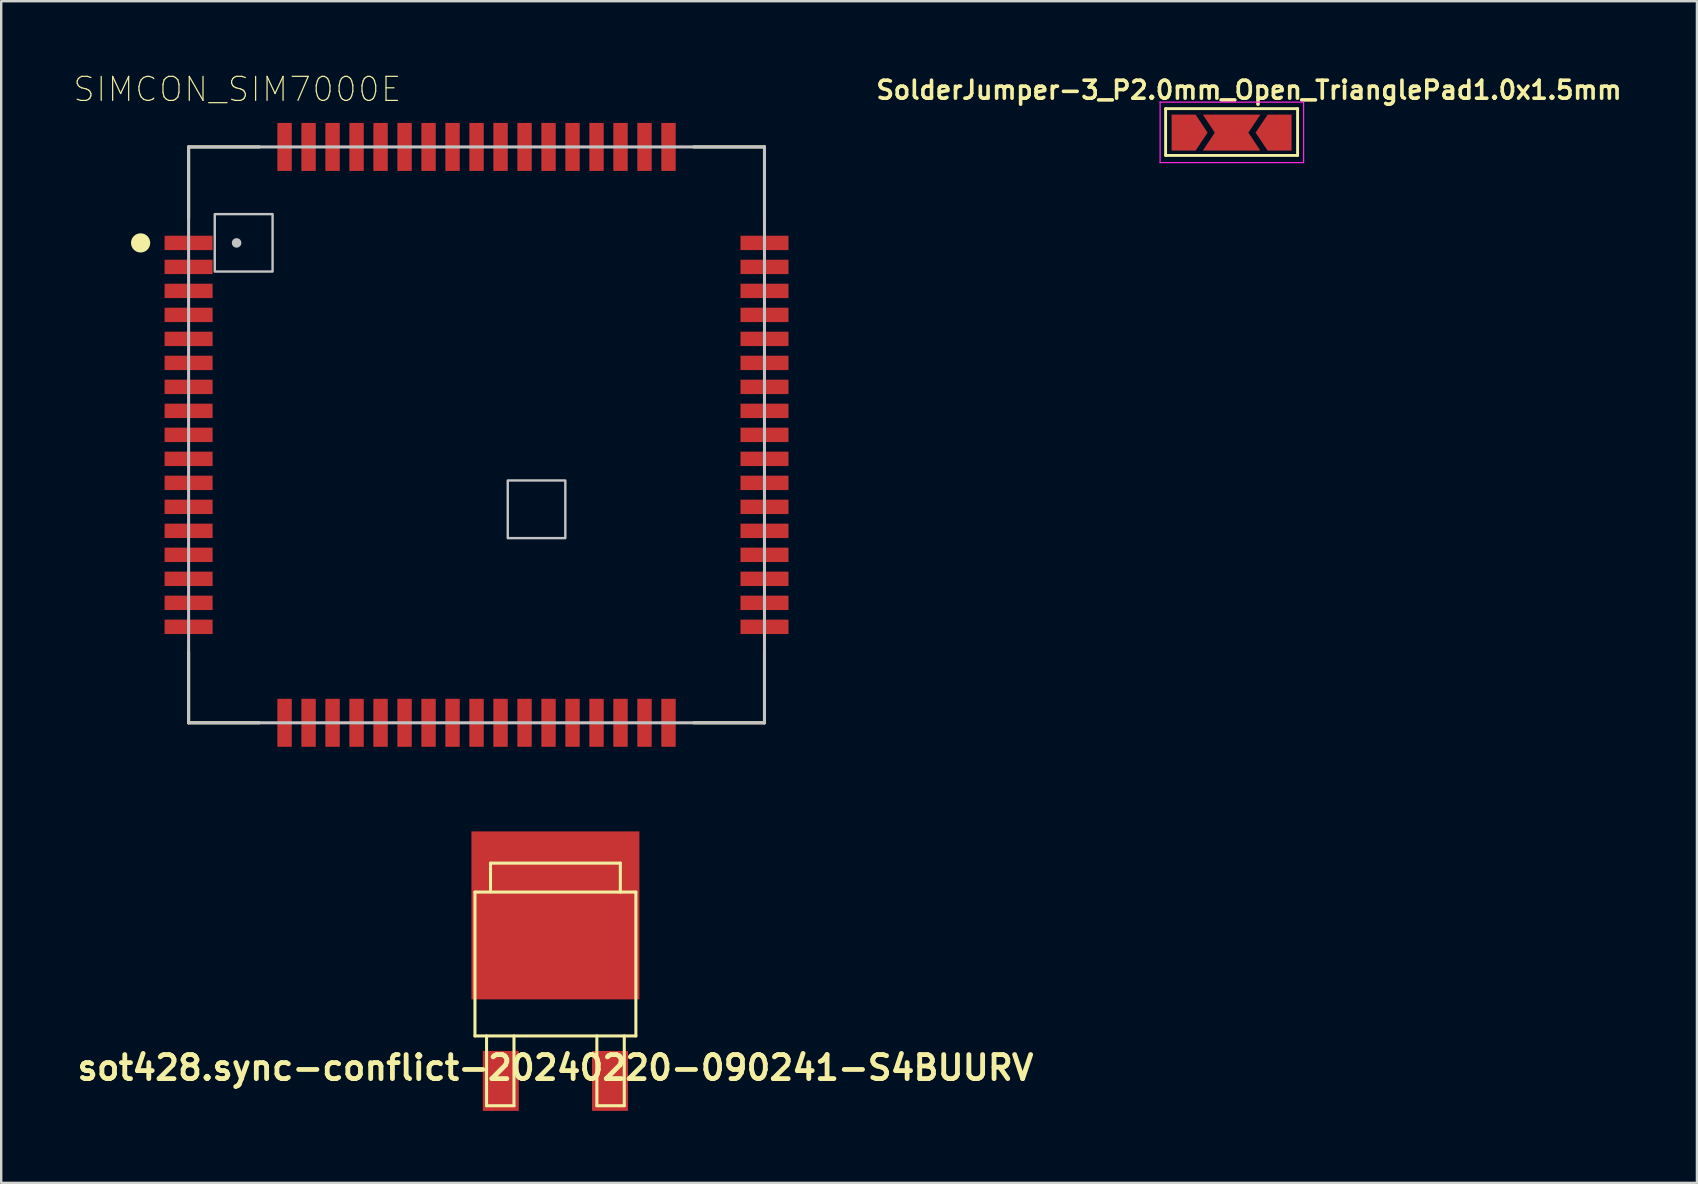
<source format=kicad_pcb>
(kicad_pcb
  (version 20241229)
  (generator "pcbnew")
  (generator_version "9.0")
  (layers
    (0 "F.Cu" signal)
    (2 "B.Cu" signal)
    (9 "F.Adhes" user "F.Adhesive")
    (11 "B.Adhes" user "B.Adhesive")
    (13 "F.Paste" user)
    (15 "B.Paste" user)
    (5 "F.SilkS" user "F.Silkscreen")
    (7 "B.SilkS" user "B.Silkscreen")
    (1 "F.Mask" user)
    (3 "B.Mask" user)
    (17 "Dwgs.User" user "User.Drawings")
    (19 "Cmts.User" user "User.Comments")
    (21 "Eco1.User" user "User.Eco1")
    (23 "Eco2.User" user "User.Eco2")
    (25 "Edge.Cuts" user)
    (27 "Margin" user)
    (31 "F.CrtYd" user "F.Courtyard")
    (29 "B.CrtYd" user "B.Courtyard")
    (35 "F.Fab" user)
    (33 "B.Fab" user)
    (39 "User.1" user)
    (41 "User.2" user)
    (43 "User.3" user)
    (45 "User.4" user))
  (footprint "SolderJumper-3_P2.0mm_Open_TrianglePad1.0x1.5mm"
    (layer "F.Cu")
    (at 48.277 2.477)
    (property "Reference" "SolderJumper-3_P2.0mm_Open_TrianglePad1.0x1.5mm" (at 0.725 -1.775 0) (layer "F.SilkS") (effects (font (size 0.75 0.75) (thickness 0.15))))
    (attr exclude_from_pos_files exclude_from_bom)
    (fp_line (start -2.75 -1) (end 2.75 -1) (stroke (width 0.12) (type solid)) (layer "F.SilkS"))
    (fp_line (start -2.75 0.95) (end -2.75 -1) (stroke (width 0.12) (type solid)) (layer "F.SilkS"))
    (fp_line (start 2.75 -1) (end 2.75 0.95) (stroke (width 0.12) (type solid)) (layer "F.SilkS"))
    (fp_line (start 2.75 0.95) (end -2.75 0.95) (stroke (width 0.12) (type solid)) (layer "F.SilkS"))
    (fp_line (start -2.98 -1.27) (end -2.98 1.25) (stroke (width 0.05) (type solid)) (layer "F.CrtYd"))
    (fp_line (start -2.98 -1.27) (end 3 -1.27) (stroke (width 0.05) (type solid)) (layer "F.CrtYd"))
    (fp_line (start 3 1.25) (end -2.98 1.25) (stroke (width 0.05) (type solid)) (layer "F.CrtYd"))
    (fp_line (start 3 1.25) (end 3 -1.27) (stroke (width 0.05) (type solid)) (layer "F.CrtYd"))
    (pad "" smd rect (at -1.2 0) (size 1.5 1.5) (layers "F.Mask"))
    (pad "" smd rect (at 1.2 0) (size 1.5 1.5) (layers "F.Mask"))
    (pad "1" smd custom (at -2 0) (size 0.3 0.3) (layers "F.Cu" "F.Mask") (options (anchor rect)) (primitives (gr_poly (pts (xy 1 0) (xy 0.5 0.75) (xy -0.5 0.75) (xy -0.5 -0.75) (xy 0.5 -0.75)) (width 0) (fill yes))))
    (pad "2" smd custom (at 0 0) (size 0.3 0.3) (layers "F.Cu") (options (anchor rect)) (primitives (gr_poly (pts (xy 0.7 0) (xy 1.2 0.75) (xy -1.2 0.75) (xy -0.7 0) (xy -1.2 -0.75) (xy 1.2 -0.75)) (width 0) (fill yes))))
    (pad "3" smd custom (at 2 0 180) (size 0.3 0.3) (layers "F.Cu" "F.Mask") (options (anchor rect)) (primitives (gr_poly (pts (xy 1 0) (xy 0.5 0.75) (xy -0.5 0.75) (xy -0.5 -0.75) (xy 0.5 -0.75)) (width 0) (fill yes)))))
  (footprint "SIMCON_SIM7000E"
    (layer "F.Cu")
    (at 16.81 15.073)
    (property "Reference" "SIMCON_SIM7000E" (at -9.97 -14.4 0) (layer "F.SilkS") (effects (font (size 1.001 1.001) (thickness 0.05))))
    (attr smd)
    (fp_line (start -12 -12) (end -9.05 -12) (stroke (width 0.127) (type solid)) (layer "F.SilkS"))
    (fp_line (start -12 -9.05) (end -12 -12) (stroke (width 0.127) (type solid)) (layer "F.SilkS"))
    (fp_line (start -12 9.05) (end -12 12) (stroke (width 0.127) (type solid)) (layer "F.SilkS"))
    (fp_line (start -12 12) (end -9.05 12) (stroke (width 0.127) (type solid)) (layer "F.SilkS"))
    (fp_line (start 9.05 -12) (end 12 -12) (stroke (width 0.127) (type solid)) (layer "F.SilkS"))
    (fp_line (start 12 -12) (end 12 -9.05) (stroke (width 0.127) (type solid)) (layer "F.SilkS"))
    (fp_line (start 12 9.05) (end 12 12) (stroke (width 0.127) (type solid)) (layer "F.SilkS"))
    (fp_line (start 12 12) (end 9.05 12) (stroke (width 0.127) (type solid)) (layer "F.SilkS"))
    (fp_circle (center -14 -8) (end -13.8 -8) (stroke (width 0.4) (type solid)) (fill no) (layer "F.SilkS"))
    (fp_line (start -12 -12) (end 12 -12) (stroke (width 0.127) (type solid)) (layer "Dwgs.User"))
    (fp_line (start -12 12) (end -12 -12) (stroke (width 0.127) (type solid)) (layer "Dwgs.User"))
    (fp_line (start 12 -12) (end 12 12) (stroke (width 0.127) (type solid)) (layer "Dwgs.User"))
    (fp_line (start 12 12) (end -12 12) (stroke (width 0.127) (type solid)) (layer "Dwgs.User"))
    (fp_circle (center -10 -8) (end -9.9 -8) (stroke (width 0.2) (type solid)) (fill no) (layer "Dwgs.User"))
    (fp_poly (pts (xy -10.91 -9.2) (xy -8.5 -9.2) (xy -8.5 -6.806) (xy -10.91 -6.806)) (stroke (width 0.1) (type solid)) (fill no) (layer "Dwgs.User"))
    (fp_poly (pts (xy 1.301 1.9) (xy 3.7 1.9) (xy 3.7 4.305) (xy 1.301 4.305)) (stroke (width 0.1) (type solid)) (fill no) (layer "Dwgs.User"))
    (fp_line (start -13.5 -9.5) (end -12.5 -9.5) (stroke (width 0.05) (type solid)) (layer "Eco1.User"))
    (fp_line (start -13.5 9.5) (end -13.5 -9.5) (stroke (width 0.05) (type solid)) (layer "Eco1.User"))
    (fp_line (start -12.5 -12.5) (end -9.5 -12.5) (stroke (width 0.05) (type solid)) (layer "Eco1.User"))
    (fp_line (start -12.5 -9.5) (end -12.5 -12.5) (stroke (width 0.05) (type solid)) (layer "Eco1.User"))
    (fp_line (start -12.5 9.5) (end -13.5 9.5) (stroke (width 0.05) (type solid)) (layer "Eco1.User"))
    (fp_line (start -12.5 12.5) (end -12.5 9.5) (stroke (width 0.05) (type solid)) (layer "Eco1.User"))
    (fp_line (start -9.5 -13.5) (end 9.5 -13.5) (stroke (width 0.05) (type solid)) (layer "Eco1.User"))
    (fp_line (start -9.5 -12.5) (end -9.5 -13.5) (stroke (width 0.05) (type solid)) (layer "Eco1.User"))
    (fp_line (start -9.5 12.5) (end -12.5 12.5) (stroke (width 0.05) (type solid)) (layer "Eco1.User"))
    (fp_line (start -9.5 13.5) (end -9.5 12.5) (stroke (width 0.05) (type solid)) (layer "Eco1.User"))
    (fp_line (start 9.5 -13.5) (end 9.5 -12.5) (stroke (width 0.05) (type solid)) (layer "Eco1.User"))
    (fp_line (start 9.5 -12.5) (end 12.5 -12.5) (stroke (width 0.05) (type solid)) (layer "Eco1.User"))
    (fp_line (start 9.5 12.5) (end 9.5 13.5) (stroke (width 0.05) (type solid)) (layer "Eco1.User"))
    (fp_line (start 9.5 13.5) (end -9.5 13.5) (stroke (width 0.05) (type solid)) (layer "Eco1.User"))
    (fp_line (start 12.5 -12.5) (end 12.5 -9.5) (stroke (width 0.05) (type solid)) (layer "Eco1.User"))
    (fp_line (start 12.5 -9.5) (end 13.5 -9.5) (stroke (width 0.05) (type solid)) (layer "Eco1.User"))
    (fp_line (start 12.5 9.5) (end 12.5 12.5) (stroke (width 0.05) (type solid)) (layer "Eco1.User"))
    (fp_line (start 12.5 12.5) (end 9.5 12.5) (stroke (width 0.05) (type solid)) (layer "Eco1.User"))
    (fp_line (start 13.5 -9.5) (end 13.5 9.5) (stroke (width 0.05) (type solid)) (layer "Eco1.User"))
    (fp_line (start 13.5 9.5) (end 12.5 9.5) (stroke (width 0.05) (type solid)) (layer "Eco1.User"))
    (pad "1" smd rect (at -12 -8) (size 2 0.6) (layers "F.Cu" "F.Mask" "F.Paste"))
    (pad "2" smd rect (at -12 -7) (size 2 0.6) (layers "F.Cu" "F.Mask" "F.Paste"))
    (pad "3" smd rect (at -12 -6) (size 2 0.6) (layers "F.Cu" "F.Mask" "F.Paste"))
    (pad "4" smd rect (at -12 -5) (size 2 0.6) (layers "F.Cu" "F.Mask" "F.Paste"))
    (pad "5" smd rect (at -12 -4) (size 2 0.6) (layers "F.Cu" "F.Mask" "F.Paste"))
    (pad "6" smd rect (at -12 -3) (size 2 0.6) (layers "F.Cu" "F.Mask" "F.Paste"))
    (pad "7" smd rect (at -12 -2) (size 2 0.6) (layers "F.Cu" "F.Mask" "F.Paste"))
    (pad "8" smd rect (at -12 -1) (size 2 0.6) (layers "F.Cu" "F.Mask" "F.Paste"))
    (pad "9" smd rect (at -12 0) (size 2 0.6) (layers "F.Cu" "F.Mask" "F.Paste"))
    (pad "10" smd rect (at -12 1) (size 2 0.6) (layers "F.Cu" "F.Mask" "F.Paste"))
    (pad "11" smd rect (at -12 2) (size 2 0.6) (layers "F.Cu" "F.Mask" "F.Paste"))
    (pad "12" smd rect (at -12 3) (size 2 0.6) (layers "F.Cu" "F.Mask" "F.Paste"))
    (pad "13" smd rect (at -12 4) (size 2 0.6) (layers "F.Cu" "F.Mask" "F.Paste"))
    (pad "14" smd rect (at -12 5) (size 2 0.6) (layers "F.Cu" "F.Mask" "F.Paste"))
    (pad "15" smd rect (at -12 6) (size 2 0.6) (layers "F.Cu" "F.Mask" "F.Paste"))
    (pad "16" smd rect (at -12 7) (size 2 0.6) (layers "F.Cu" "F.Mask" "F.Paste"))
    (pad "17" smd rect (at -12 8) (size 2 0.6) (layers "F.Cu" "F.Mask" "F.Paste"))
    (pad "18" smd rect (at -8 12 270) (size 2 0.6) (layers "F.Cu" "F.Mask" "F.Paste"))
    (pad "19" smd rect (at -7 12 270) (size 2 0.6) (layers "F.Cu" "F.Mask" "F.Paste"))
    (pad "20" smd rect (at -6 12 270) (size 2 0.6) (layers "F.Cu" "F.Mask" "F.Paste"))
    (pad "21" smd rect (at -5 12 270) (size 2 0.6) (layers "F.Cu" "F.Mask" "F.Paste"))
    (pad "22" smd rect (at -4 12 270) (size 2 0.6) (layers "F.Cu" "F.Mask" "F.Paste"))
    (pad "23" smd rect (at -3 12 270) (size 2 0.6) (layers "F.Cu" "F.Mask" "F.Paste"))
    (pad "24" smd rect (at -2 12 270) (size 2 0.6) (layers "F.Cu" "F.Mask" "F.Paste"))
    (pad "25" smd rect (at -1 12 270) (size 2 0.6) (layers "F.Cu" "F.Mask" "F.Paste"))
    (pad "26" smd rect (at 0 12 270) (size 2 0.6) (layers "F.Cu" "F.Mask" "F.Paste"))
    (pad "27" smd rect (at 1 12 270) (size 2 0.6) (layers "F.Cu" "F.Mask" "F.Paste"))
    (pad "28" smd rect (at 2 12 270) (size 2 0.6) (layers "F.Cu" "F.Mask" "F.Paste"))
    (pad "29" smd rect (at 3 12 270) (size 2 0.6) (layers "F.Cu" "F.Mask" "F.Paste"))
    (pad "30" smd rect (at 4 12 270) (size 2 0.6) (layers "F.Cu" "F.Mask" "F.Paste"))
    (pad "31" smd rect (at 5 12 270) (size 2 0.6) (layers "F.Cu" "F.Mask" "F.Paste"))
    (pad "32" smd rect (at 6 12 270) (size 2 0.6) (layers "F.Cu" "F.Mask" "F.Paste"))
    (pad "33" smd rect (at 7 12 270) (size 2 0.6) (layers "F.Cu" "F.Mask" "F.Paste"))
    (pad "34" smd rect (at 8 12 270) (size 2 0.6) (layers "F.Cu" "F.Mask" "F.Paste"))
    (pad "35" smd rect (at 12 8) (size 2 0.6) (layers "F.Cu" "F.Mask" "F.Paste"))
    (pad "36" smd rect (at 12 7) (size 2 0.6) (layers "F.Cu" "F.Mask" "F.Paste"))
    (pad "37" smd rect (at 12 6) (size 2 0.6) (layers "F.Cu" "F.Mask" "F.Paste"))
    (pad "38" smd rect (at 12 5) (size 2 0.6) (layers "F.Cu" "F.Mask" "F.Paste"))
    (pad "39" smd rect (at 12 4) (size 2 0.6) (layers "F.Cu" "F.Mask" "F.Paste"))
    (pad "40" smd rect (at 12 3) (size 2 0.6) (layers "F.Cu" "F.Mask" "F.Paste"))
    (pad "41" smd rect (at 12 2) (size 2 0.6) (layers "F.Cu" "F.Mask" "F.Paste"))
    (pad "42" smd rect (at 12 1) (size 2 0.6) (layers "F.Cu" "F.Mask" "F.Paste"))
    (pad "43" smd rect (at 12 0) (size 2 0.6) (layers "F.Cu" "F.Mask" "F.Paste"))
    (pad "44" smd rect (at 12 -1) (size 2 0.6) (layers "F.Cu" "F.Mask" "F.Paste"))
    (pad "45" smd rect (at 12 -2) (size 2 0.6) (layers "F.Cu" "F.Mask" "F.Paste"))
    (pad "46" smd rect (at 12 -3) (size 2 0.6) (layers "F.Cu" "F.Mask" "F.Paste"))
    (pad "47" smd rect (at 12 -4) (size 2 0.6) (layers "F.Cu" "F.Mask" "F.Paste"))
    (pad "48" smd rect (at 12 -5) (size 2 0.6) (layers "F.Cu" "F.Mask" "F.Paste"))
    (pad "49" smd rect (at 12 -6) (size 2 0.6) (layers "F.Cu" "F.Mask" "F.Paste"))
    (pad "50" smd rect (at 12 -7) (size 2 0.6) (layers "F.Cu" "F.Mask" "F.Paste"))
    (pad "51" smd rect (at 12 -8) (size 2 0.6) (layers "F.Cu" "F.Mask" "F.Paste"))
    (pad "52" smd rect (at 8 -12 90) (size 2 0.6) (layers "F.Cu" "F.Mask" "F.Paste"))
    (pad "53" smd rect (at 7 -12 90) (size 2 0.6) (layers "F.Cu" "F.Mask" "F.Paste"))
    (pad "54" smd rect (at 6 -12 90) (size 2 0.6) (layers "F.Cu" "F.Mask" "F.Paste"))
    (pad "55" smd rect (at 5 -12 90) (size 2 0.6) (layers "F.Cu" "F.Mask" "F.Paste"))
    (pad "56" smd rect (at 4 -12 90) (size 2 0.6) (layers "F.Cu" "F.Mask" "F.Paste"))
    (pad "57" smd rect (at 3 -12 90) (size 2 0.6) (layers "F.Cu" "F.Mask" "F.Paste"))
    (pad "58" smd rect (at 2 -12 90) (size 2 0.6) (layers "F.Cu" "F.Mask" "F.Paste"))
    (pad "59" smd rect (at 1 -12 90) (size 2 0.6) (layers "F.Cu" "F.Mask" "F.Paste"))
    (pad "60" smd rect (at 0 -12 90) (size 2 0.6) (layers "F.Cu" "F.Mask" "F.Paste"))
    (pad "61" smd rect (at -1 -12 90) (size 2 0.6) (layers "F.Cu" "F.Mask" "F.Paste"))
    (pad "62" smd rect (at -2 -12 90) (size 2 0.6) (layers "F.Cu" "F.Mask" "F.Paste"))
    (pad "63" smd rect (at -3 -12 90) (size 2 0.6) (layers "F.Cu" "F.Mask" "F.Paste"))
    (pad "64" smd rect (at -4 -12 90) (size 2 0.6) (layers "F.Cu" "F.Mask" "F.Paste"))
    (pad "65" smd rect (at -5 -12 90) (size 2 0.6) (layers "F.Cu" "F.Mask" "F.Paste"))
    (pad "66" smd rect (at -6 -12 90) (size 2 0.6) (layers "F.Cu" "F.Mask" "F.Paste"))
    (pad "67" smd rect (at -7 -12 90) (size 2 0.6) (layers "F.Cu" "F.Mask" "F.Paste"))
    (pad "68" smd rect (at -8 -12 90) (size 2 0.6) (layers "F.Cu" "F.Mask" "F.Paste")))
  (footprint "sot428.sync-conflict-20240220-090241-S4BUURV"
    (layer "F.Cu")
    (at 20.097 38.548)
    (property "Reference" "sot428.sync-conflict-20240220-090241-S4BUURV" (at 0 2.9 180) (layer "F.SilkS") (effects (font (size 1.001 1.001) (thickness 0.201))))
    (attr smd)
    (fp_line (start -3.353 -4.42) (end -3.353 1.575) (stroke (width 0.127) (type solid)) (layer "F.SilkS"))
    (fp_line (start -2.87 1.575) (end -2.87 4.483) (stroke (width 0.127) (type solid)) (layer "F.SilkS"))
    (fp_line (start -2.87 4.483) (end -1.727 4.483) (stroke (width 0.127) (type solid)) (layer "F.SilkS"))
    (fp_line (start -2.705 -5.626) (end 2.705 -5.626) (stroke (width 0.127) (type solid)) (layer "F.SilkS"))
    (fp_line (start -2.705 -4.432) (end -2.705 -5.626) (stroke (width 0.127) (type solid)) (layer "F.SilkS"))
    (fp_line (start -1.727 4.483) (end -1.727 1.575) (stroke (width 0.127) (type solid)) (layer "F.SilkS"))
    (fp_line (start 1.727 1.575) (end 1.727 4.483) (stroke (width 0.127) (type solid)) (layer "F.SilkS"))
    (fp_line (start 1.727 4.483) (end 2.87 4.483) (stroke (width 0.127) (type solid)) (layer "F.SilkS"))
    (fp_line (start 2.705 -5.626) (end 2.705 -4.42) (stroke (width 0.127) (type solid)) (layer "F.SilkS"))
    (fp_line (start 2.87 4.483) (end 2.87 1.575) (stroke (width 0.127) (type solid)) (layer "F.SilkS"))
    (fp_line (start 3.353 -4.42) (end -3.353 -4.42) (stroke (width 0.127) (type solid)) (layer "F.SilkS"))
    (fp_line (start 3.353 1.575) (end -3.353 1.575) (stroke (width 0.127) (type solid)) (layer "F.SilkS"))
    (fp_line (start 3.353 1.575) (end 3.353 -4.42) (stroke (width 0.127) (type solid)) (layer "F.SilkS"))
    (pad "1" smd rect (at -2.276 3.449) (size 1.501 2.499) (layers "F.Cu" "F.Mask" "F.Paste"))
    (pad "2" smd rect (at 0 -3.449) (size 7 7) (layers "F.Cu" "F.Mask" "F.Paste"))
    (pad "3" smd rect (at 2.276 3.449) (size 1.501 2.499) (layers "F.Cu" "F.Mask" "F.Paste")))
  (gr_rect
    (start -3 -3)
    (end 67.67 46.247)
    (stroke (width 0.1) (type default))
    (fill no)
    (layer "Edge.Cuts")))
</source>
